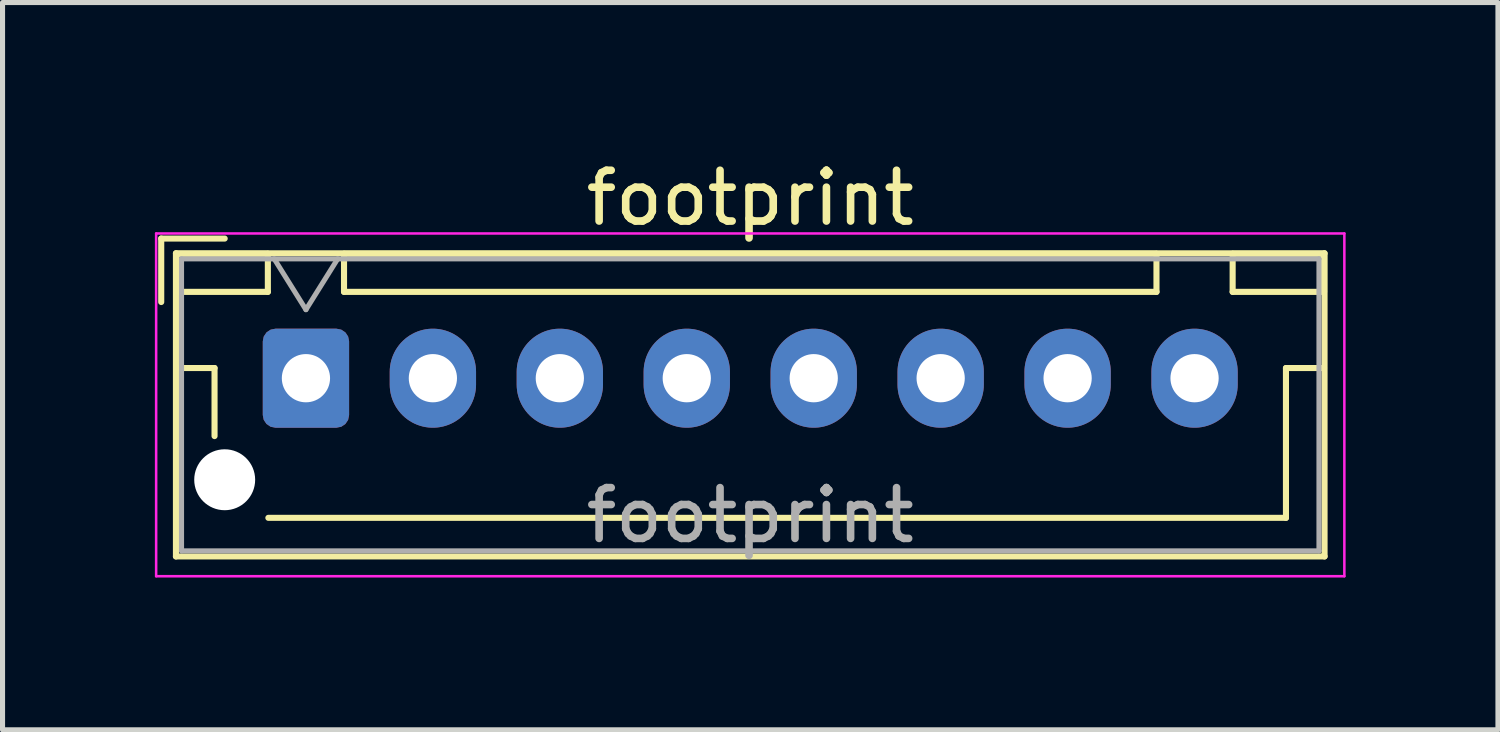
<source format=kicad_pcb>
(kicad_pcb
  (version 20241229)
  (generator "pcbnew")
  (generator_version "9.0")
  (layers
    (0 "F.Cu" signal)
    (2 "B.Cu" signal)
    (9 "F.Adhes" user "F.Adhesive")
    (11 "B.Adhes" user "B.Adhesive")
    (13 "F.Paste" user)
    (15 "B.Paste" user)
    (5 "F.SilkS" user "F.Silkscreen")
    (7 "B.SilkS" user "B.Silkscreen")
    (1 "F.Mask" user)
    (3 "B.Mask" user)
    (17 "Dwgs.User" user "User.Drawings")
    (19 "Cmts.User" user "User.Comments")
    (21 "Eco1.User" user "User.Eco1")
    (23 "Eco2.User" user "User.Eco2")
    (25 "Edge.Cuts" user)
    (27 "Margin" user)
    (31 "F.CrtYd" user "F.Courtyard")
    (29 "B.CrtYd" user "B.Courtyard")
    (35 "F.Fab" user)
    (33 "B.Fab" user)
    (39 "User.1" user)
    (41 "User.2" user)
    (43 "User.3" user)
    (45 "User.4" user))
  (footprint "footprint"
    (layer "F.Cu")
    (at 2.975 4.398)
    (property "Reference" "footprint" (at 8.75 -3.55 0) (layer "F.SilkS") (effects (font (size 1 1) (thickness 0.15))))
    (attr through_hole)
    (fp_line (start -2.85 -2.75) (end -2.85 -1.5) (stroke (width 0.12) (type solid)) (layer "F.SilkS"))
    (fp_line (start -2.56 -2.46) (end -2.56 3.51) (stroke (width 0.12) (type solid)) (layer "F.SilkS"))
    (fp_line (start -2.56 3.51) (end 20.06 3.51) (stroke (width 0.12) (type solid)) (layer "F.SilkS"))
    (fp_line (start -2.55 -2.45) (end -2.55 -1.7) (stroke (width 0.12) (type solid)) (layer "F.SilkS"))
    (fp_line (start -2.55 -1.7) (end -0.75 -1.7) (stroke (width 0.12) (type solid)) (layer "F.SilkS"))
    (fp_line (start -2.55 -0.2) (end -1.8 -0.2) (stroke (width 0.12) (type solid)) (layer "F.SilkS"))
    (fp_line (start -1.8 -0.2) (end -1.8 1.14) (stroke (width 0.12) (type solid)) (layer "F.SilkS"))
    (fp_line (start -1.6 -2.75) (end -2.85 -2.75) (stroke (width 0.12) (type solid)) (layer "F.SilkS"))
    (fp_line (start -0.75 -2.45) (end -2.55 -2.45) (stroke (width 0.12) (type solid)) (layer "F.SilkS"))
    (fp_line (start -0.75 -1.7) (end -0.75 -2.45) (stroke (width 0.12) (type solid)) (layer "F.SilkS"))
    (fp_line (start 0.75 -2.45) (end 0.75 -1.7) (stroke (width 0.12) (type solid)) (layer "F.SilkS"))
    (fp_line (start 0.75 -1.7) (end 16.75 -1.7) (stroke (width 0.12) (type solid)) (layer "F.SilkS"))
    (fp_line (start 8.75 2.75) (end -0.74 2.75) (stroke (width 0.12) (type solid)) (layer "F.SilkS"))
    (fp_line (start 16.75 -2.45) (end 0.75 -2.45) (stroke (width 0.12) (type solid)) (layer "F.SilkS"))
    (fp_line (start 16.75 -1.7) (end 16.75 -2.45) (stroke (width 0.12) (type solid)) (layer "F.SilkS"))
    (fp_line (start 18.25 -2.45) (end 18.25 -1.7) (stroke (width 0.12) (type solid)) (layer "F.SilkS"))
    (fp_line (start 18.25 -1.7) (end 20.05 -1.7) (stroke (width 0.12) (type solid)) (layer "F.SilkS"))
    (fp_line (start 19.3 -0.2) (end 19.3 2.75) (stroke (width 0.12) (type solid)) (layer "F.SilkS"))
    (fp_line (start 19.3 2.75) (end 8.75 2.75) (stroke (width 0.12) (type solid)) (layer "F.SilkS"))
    (fp_line (start 20.05 -2.45) (end 18.25 -2.45) (stroke (width 0.12) (type solid)) (layer "F.SilkS"))
    (fp_line (start 20.05 -1.7) (end 20.05 -2.45) (stroke (width 0.12) (type solid)) (layer "F.SilkS"))
    (fp_line (start 20.05 -0.2) (end 19.3 -0.2) (stroke (width 0.12) (type solid)) (layer "F.SilkS"))
    (fp_line (start 20.06 -2.46) (end -2.56 -2.46) (stroke (width 0.12) (type solid)) (layer "F.SilkS"))
    (fp_line (start 20.06 3.51) (end 20.06 -2.46) (stroke (width 0.12) (type solid)) (layer "F.SilkS"))
    (fp_line (start -2.95 -2.85) (end -2.95 3.9) (stroke (width 0.05) (type solid)) (layer "F.CrtYd"))
    (fp_line (start -2.95 3.9) (end 20.45 3.9) (stroke (width 0.05) (type solid)) (layer "F.CrtYd"))
    (fp_line (start 20.45 -2.85) (end -2.95 -2.85) (stroke (width 0.05) (type solid)) (layer "F.CrtYd"))
    (fp_line (start 20.45 3.9) (end 20.45 -2.85) (stroke (width 0.05) (type solid)) (layer "F.CrtYd"))
    (fp_line (start -2.45 -2.35) (end -2.45 3.4) (stroke (width 0.1) (type solid)) (layer "F.Fab"))
    (fp_line (start -2.45 3.4) (end 19.95 3.4) (stroke (width 0.1) (type solid)) (layer "F.Fab"))
    (fp_line (start -0.625 -2.35) (end 0 -1.35) (stroke (width 0.1) (type solid)) (layer "F.Fab"))
    (fp_line (start 0 -1.35) (end 0.625 -2.35) (stroke (width 0.1) (type solid)) (layer "F.Fab"))
    (fp_line (start 19.95 -2.35) (end -2.45 -2.35) (stroke (width 0.1) (type solid)) (layer "F.Fab"))
    (fp_line (start 19.95 3.4) (end 19.95 -2.35) (stroke (width 0.1) (type solid)) (layer "F.Fab"))
    (fp_text user "${REFERENCE}" (at 8.75 2.7 0) (layer "F.Fab") (effects (font (size 1 1) (thickness 0.15))))
    (pad "" np_thru_hole circle (at -1.6 2) (size 1.2 1.2) (drill 1.2) (layers "*.Cu" "*.Mask"))
    (pad "1" thru_hole roundrect (at 0 0) (size 1.7 1.95) (drill 0.95) (layers "*.Cu" "*.Mask") (roundrect_rratio 0.147))
    (pad "2" thru_hole oval (at 2.5 0) (size 1.7 1.95) (drill 0.95) (layers "*.Cu" "*.Mask"))
    (pad "3" thru_hole oval (at 5 0) (size 1.7 1.95) (drill 0.95) (layers "*.Cu" "*.Mask"))
    (pad "4" thru_hole oval (at 7.5 0) (size 1.7 1.95) (drill 0.95) (layers "*.Cu" "*.Mask"))
    (pad "5" thru_hole oval (at 10 0) (size 1.7 1.95) (drill 0.95) (layers "*.Cu" "*.Mask"))
    (pad "6" thru_hole oval (at 12.5 0) (size 1.7 1.95) (drill 0.95) (layers "*.Cu" "*.Mask"))
    (pad "7" thru_hole oval (at 15 0) (size 1.7 1.95) (drill 0.95) (layers "*.Cu" "*.Mask"))
    (pad "8" thru_hole oval (at 17.5 0) (size 1.7 1.95) (drill 0.95) (layers "*.Cu" "*.Mask")))
  (gr_rect
    (start -3 -3)
    (end 26.45 11.323)
    (stroke (width 0.1) (type default))
    (fill no)
    (layer "Edge.Cuts")))
</source>
